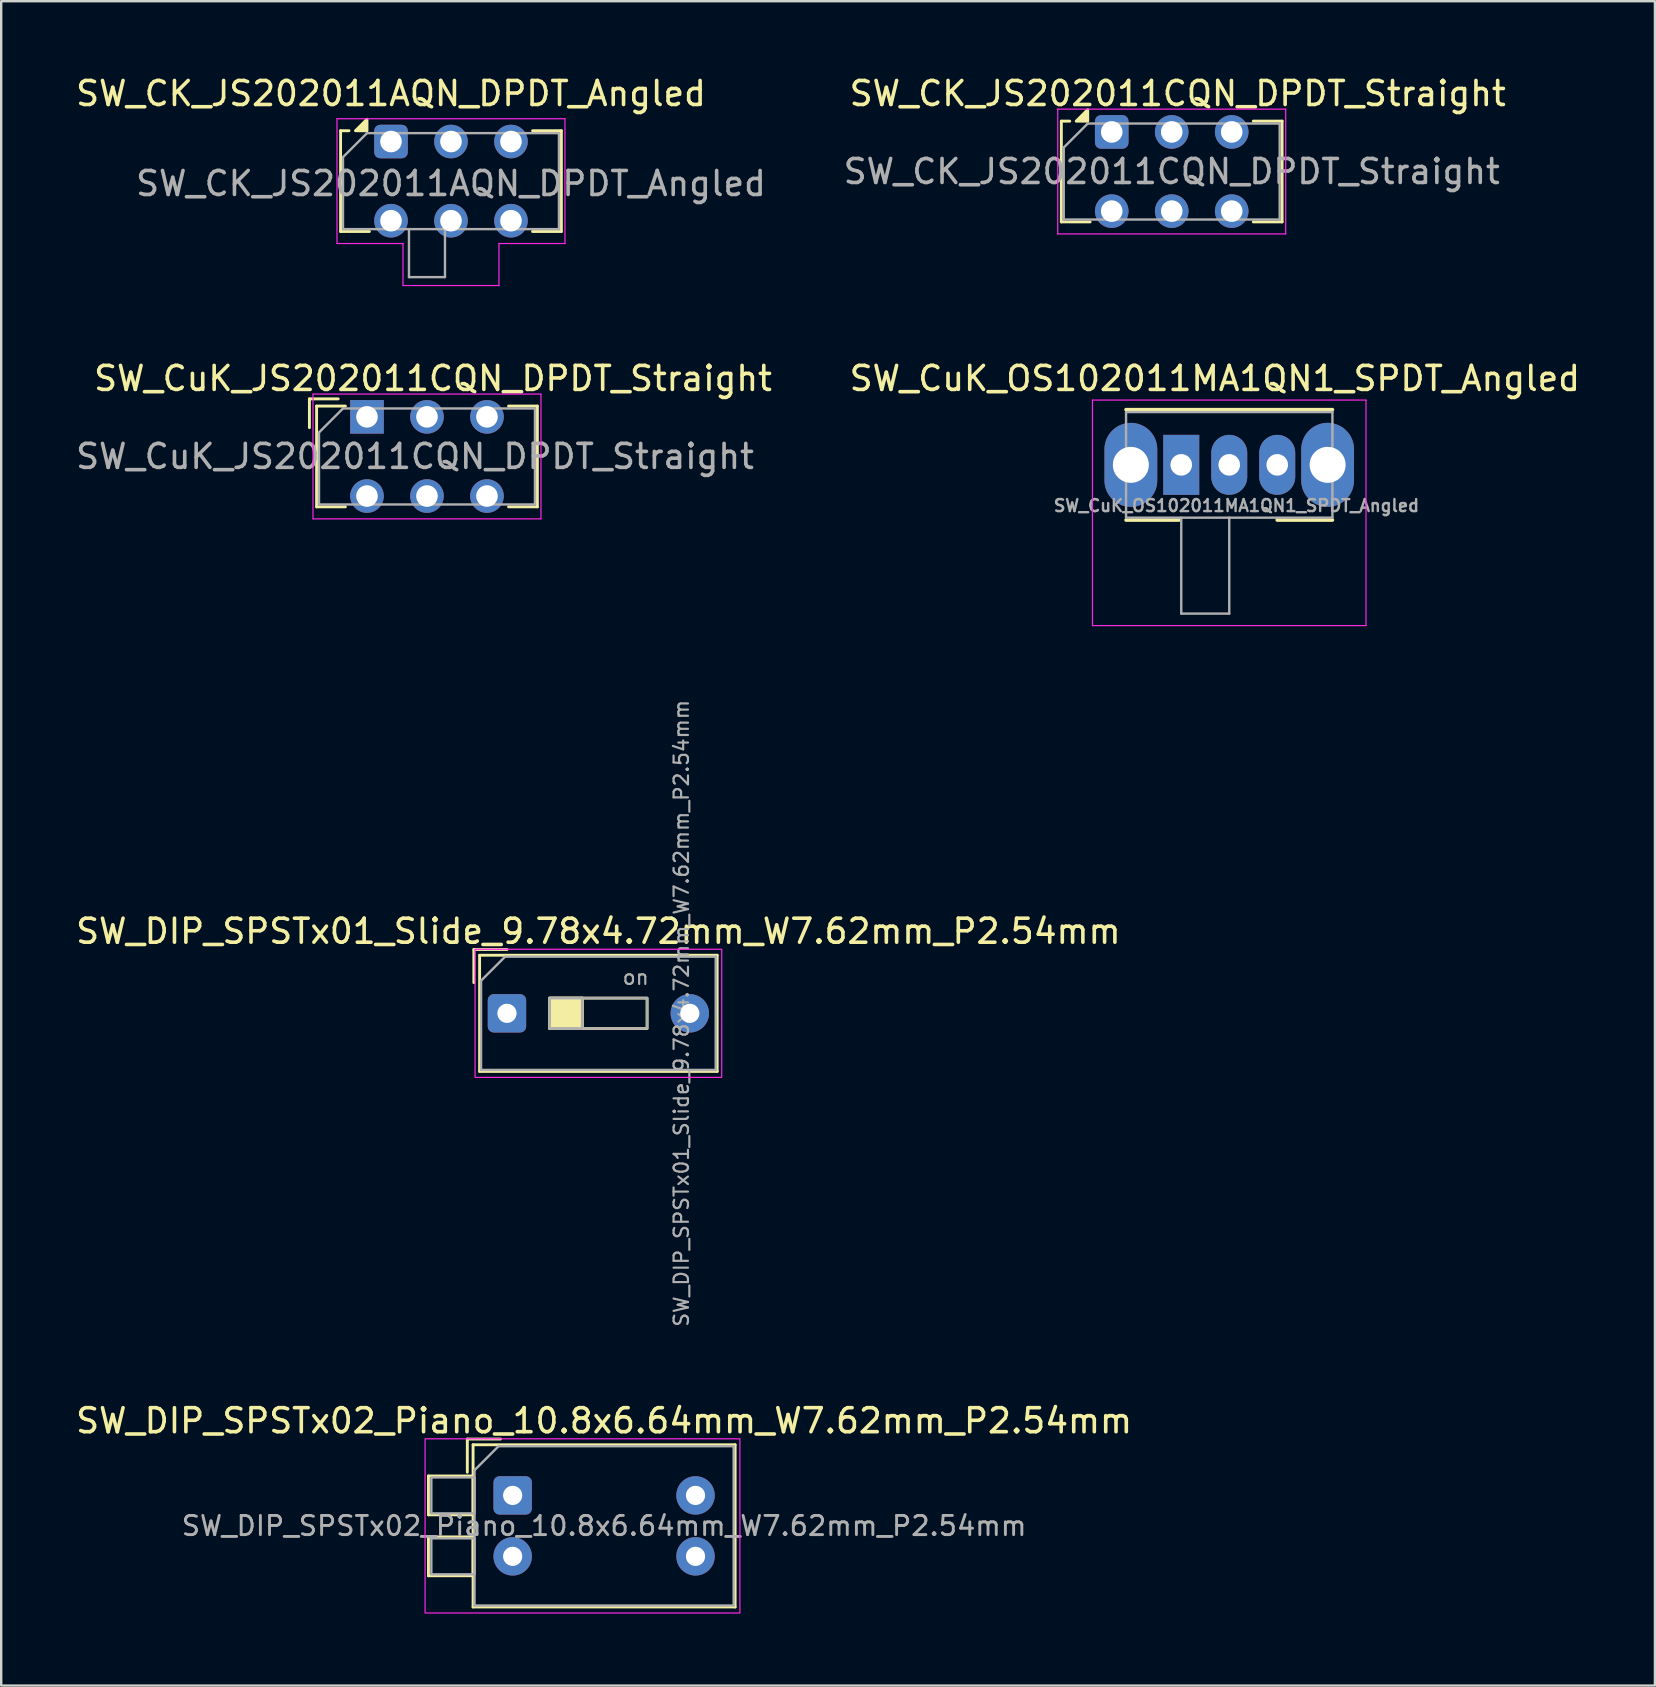
<source format=kicad_pcb>
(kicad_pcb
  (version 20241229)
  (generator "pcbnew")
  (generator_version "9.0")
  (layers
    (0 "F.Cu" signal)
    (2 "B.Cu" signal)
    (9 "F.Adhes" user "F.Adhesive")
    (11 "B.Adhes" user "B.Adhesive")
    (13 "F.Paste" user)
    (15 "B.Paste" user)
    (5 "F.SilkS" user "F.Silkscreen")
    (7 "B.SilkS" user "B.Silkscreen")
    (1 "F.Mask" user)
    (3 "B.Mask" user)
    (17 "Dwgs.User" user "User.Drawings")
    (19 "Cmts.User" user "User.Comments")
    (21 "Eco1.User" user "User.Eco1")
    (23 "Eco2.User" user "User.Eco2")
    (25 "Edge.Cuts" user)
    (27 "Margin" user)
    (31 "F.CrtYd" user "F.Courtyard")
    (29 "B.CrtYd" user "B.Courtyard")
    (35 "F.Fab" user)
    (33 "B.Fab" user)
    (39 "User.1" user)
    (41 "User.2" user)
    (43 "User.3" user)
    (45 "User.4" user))
  (footprint "SW_CK_JS202011CQN_DPDT_Straight"
    (layer "F.Cu")
    (at 43.28 2.448)
    (property "Reference" "SW_CK_JS202011CQN_DPDT_Straight" (at 2.75 -1.6 0) (layer "F.SilkS") (effects (font (size 1 1) (thickness 0.15))))
    (attr through_hole)
    (fp_line (start -2.1 -0.45) (end -2.1 3.75) (stroke (width 0.12) (type solid)) (layer "F.SilkS"))
    (fp_line (start -2.1 3.75) (end -0.9 3.75) (stroke (width 0.12) (type solid)) (layer "F.SilkS"))
    (fp_line (start -1.75 -0.45) (end -2.1 -0.45) (stroke (width 0.12) (type solid)) (layer "F.SilkS"))
    (fp_line (start 5.9 -0.45) (end 7.1 -0.45) (stroke (width 0.12) (type solid)) (layer "F.SilkS"))
    (fp_line (start 7.1 -0.45) (end 7.1 3.75) (stroke (width 0.12) (type solid)) (layer "F.SilkS"))
    (fp_line (start 7.1 3.75) (end 5.9 3.75) (stroke (width 0.12) (type solid)) (layer "F.SilkS"))
    (fp_poly (pts (xy -1 -0.45) (xy -1.48 -0.45) (xy -1 -0.93) (xy -1 -0.45)) (stroke (width 0.12) (type solid)) (fill yes) (layer "F.SilkS"))
    (fp_line (start -2.25 -0.95) (end 7.25 -0.95) (stroke (width 0.05) (type solid)) (layer "F.CrtYd"))
    (fp_line (start -2.25 4.25) (end -2.25 -0.95) (stroke (width 0.05) (type solid)) (layer "F.CrtYd"))
    (fp_line (start 7.25 -0.95) (end 7.25 4.25) (stroke (width 0.05) (type solid)) (layer "F.CrtYd"))
    (fp_line (start 7.25 4.25) (end -2.25 4.25) (stroke (width 0.05) (type solid)) (layer "F.CrtYd"))
    (fp_line (start -2 3.65) (end -2 0.65) (stroke (width 0.1) (type solid)) (layer "F.Fab"))
    (fp_line (start -1 -0.35) (end -2 0.65) (stroke (width 0.1) (type solid)) (layer "F.Fab"))
    (fp_line (start -1 -0.35) (end 7 -0.35) (stroke (width 0.1) (type solid)) (layer "F.Fab"))
    (fp_line (start 7 -0.35) (end 7 3.65) (stroke (width 0.1) (type solid)) (layer "F.Fab"))
    (fp_line (start 7 3.65) (end -2 3.65) (stroke (width 0.1) (type solid)) (layer "F.Fab"))
    (fp_text user "${REFERENCE}" (at 2.5 1.65 0) (layer "F.Fab") (effects (font (size 1 1) (thickness 0.15))))
    (pad "1" thru_hole roundrect (at 0 0) (size 1.4 1.4) (drill 0.9) (layers "*.Cu" "*.Mask") (roundrect_rratio 0.179))
    (pad "2" thru_hole circle (at 2.5 0) (size 1.4 1.4) (drill 0.9) (layers "*.Cu" "*.Mask"))
    (pad "3" thru_hole circle (at 5 0) (size 1.4 1.4) (drill 0.9) (layers "*.Cu" "*.Mask"))
    (pad "4" thru_hole circle (at 5 3.3) (size 1.4 1.4) (drill 0.9) (layers "*.Cu" "*.Mask"))
    (pad "5" thru_hole circle (at 2.5 3.3) (size 1.4 1.4) (drill 0.9) (layers "*.Cu" "*.Mask"))
    (pad "6" thru_hole circle (at 0 3.3) (size 1.4 1.4) (drill 0.9) (layers "*.Cu" "*.Mask")))
  (footprint "SW_CuK_JS202011CQN_DPDT_Straight"
    (layer "F.Cu")
    (at 12.244 14.322)
    (property "Reference" "SW_CuK_JS202011CQN_DPDT_Straight" (at 2.75 -1.6 0) (layer "F.SilkS") (effects (font (size 1 1) (thickness 0.15))))
    (attr through_hole)
    (fp_line (start -2.4 -0.75) (end -2.4 0.45) (stroke (width 0.12) (type solid)) (layer "F.SilkS"))
    (fp_line (start -2.1 -0.45) (end -2.1 3.75) (stroke (width 0.12) (type solid)) (layer "F.SilkS"))
    (fp_line (start -2.1 3.75) (end -0.9 3.75) (stroke (width 0.12) (type solid)) (layer "F.SilkS"))
    (fp_line (start -1.2 -0.75) (end -2.4 -0.75) (stroke (width 0.12) (type solid)) (layer "F.SilkS"))
    (fp_line (start -0.9 -0.45) (end -2.1 -0.45) (stroke (width 0.12) (type solid)) (layer "F.SilkS"))
    (fp_line (start 5.9 -0.45) (end 7.1 -0.45) (stroke (width 0.12) (type solid)) (layer "F.SilkS"))
    (fp_line (start 7.1 -0.45) (end 7.1 3.75) (stroke (width 0.12) (type solid)) (layer "F.SilkS"))
    (fp_line (start 7.1 3.75) (end 5.9 3.75) (stroke (width 0.12) (type solid)) (layer "F.SilkS"))
    (fp_line (start -2.25 -0.95) (end 7.25 -0.95) (stroke (width 0.05) (type solid)) (layer "F.CrtYd"))
    (fp_line (start -2.25 4.25) (end -2.25 -0.95) (stroke (width 0.05) (type solid)) (layer "F.CrtYd"))
    (fp_line (start 7.25 -0.95) (end 7.25 4.25) (stroke (width 0.05) (type solid)) (layer "F.CrtYd"))
    (fp_line (start 7.25 4.25) (end -2.25 4.25) (stroke (width 0.05) (type solid)) (layer "F.CrtYd"))
    (fp_line (start -2 3.65) (end -2 0.65) (stroke (width 0.1) (type solid)) (layer "F.Fab"))
    (fp_line (start -1 -0.35) (end -2 0.65) (stroke (width 0.1) (type solid)) (layer "F.Fab"))
    (fp_line (start -1 -0.35) (end 7 -0.35) (stroke (width 0.1) (type solid)) (layer "F.Fab"))
    (fp_line (start 7 -0.35) (end 7 3.65) (stroke (width 0.1) (type solid)) (layer "F.Fab"))
    (fp_line (start 7 3.65) (end -2 3.65) (stroke (width 0.1) (type solid)) (layer "F.Fab"))
    (fp_text user "${REFERENCE}" (at 2 1.65 0) (layer "F.Fab") (effects (font (size 1 1) (thickness 0.15))))
    (pad "1" thru_hole rect (at 0 0) (size 1.4 1.4) (drill 0.9) (layers "*.Cu" "*.Mask"))
    (pad "2" thru_hole circle (at 2.5 0) (size 1.4 1.4) (drill 0.9) (layers "*.Cu" "*.Mask"))
    (pad "3" thru_hole circle (at 5 0) (size 1.4 1.4) (drill 0.9) (layers "*.Cu" "*.Mask"))
    (pad "4" thru_hole circle (at 0 3.3) (size 1.4 1.4) (drill 0.9) (layers "*.Cu" "*.Mask"))
    (pad "5" thru_hole circle (at 2.5 3.3) (size 1.4 1.4) (drill 0.9) (layers "*.Cu" "*.Mask"))
    (pad "6" thru_hole circle (at 5 3.3) (size 1.4 1.4) (drill 0.9) (layers "*.Cu" "*.Mask")))
  (footprint "SW_DIP_SPSTx02_Piano_10.8x6.64mm_W7.62mm_P2.54mm"
    (layer "F.Cu")
    (at 18.315 59.269)
    (property "Reference" "SW_DIP_SPSTx02_Piano_10.8x6.64mm_W7.62mm_P2.54mm" (at 3.81 -3.11 0) (layer "F.SilkS") (effects (font (size 1 1) (thickness 0.15))))
    (attr through_hole)
    (fp_line (start -3.51 -0.81) (end -3.51 0.81) (stroke (width 0.12) (type solid)) (layer "F.SilkS"))
    (fp_line (start -3.51 -0.81) (end -1.65 -0.81) (stroke (width 0.12) (type solid)) (layer "F.SilkS"))
    (fp_line (start -3.51 0.81) (end -1.65 0.81) (stroke (width 0.12) (type solid)) (layer "F.SilkS"))
    (fp_line (start -3.51 1.73) (end -3.51 3.35) (stroke (width 0.12) (type solid)) (layer "F.SilkS"))
    (fp_line (start -3.51 1.73) (end -1.65 1.73) (stroke (width 0.12) (type solid)) (layer "F.SilkS"))
    (fp_line (start -3.51 3.35) (end -1.65 3.35) (stroke (width 0.12) (type solid)) (layer "F.SilkS"))
    (fp_line (start -1.89 -2.35) (end -1.89 -0.967) (stroke (width 0.12) (type solid)) (layer "F.SilkS"))
    (fp_line (start -1.89 -2.35) (end -0.507 -2.35) (stroke (width 0.12) (type solid)) (layer "F.SilkS"))
    (fp_line (start -1.65 -2.11) (end -1.65 4.65) (stroke (width 0.12) (type solid)) (layer "F.SilkS"))
    (fp_line (start -1.65 -2.11) (end 9.27 -2.11) (stroke (width 0.12) (type solid)) (layer "F.SilkS"))
    (fp_line (start -1.65 -0.81) (end -1.65 0.81) (stroke (width 0.12) (type solid)) (layer "F.SilkS"))
    (fp_line (start -1.65 1.73) (end -1.65 3.35) (stroke (width 0.12) (type solid)) (layer "F.SilkS"))
    (fp_line (start -1.65 4.65) (end 9.27 4.65) (stroke (width 0.12) (type solid)) (layer "F.SilkS"))
    (fp_line (start 9.27 -2.11) (end 9.27 4.65) (stroke (width 0.12) (type solid)) (layer "F.SilkS"))
    (fp_rect (start -3.65 -2.36) (end 9.47 4.9) (stroke (width 0.05) (type solid)) (fill no) (layer "F.CrtYd"))
    (fp_line (start -1.59 -1.05) (end -0.59 -2.05) (stroke (width 0.1) (type solid)) (layer "F.Fab"))
    (fp_line (start -1.59 4.59) (end -1.59 -1.05) (stroke (width 0.1) (type solid)) (layer "F.Fab"))
    (fp_line (start -0.59 -2.05) (end 9.21 -2.05) (stroke (width 0.1) (type solid)) (layer "F.Fab"))
    (fp_line (start 9.21 -2.05) (end 9.21 4.59) (stroke (width 0.1) (type solid)) (layer "F.Fab"))
    (fp_line (start 9.21 4.59) (end -1.59 4.59) (stroke (width 0.1) (type solid)) (layer "F.Fab"))
    (fp_rect (start -1.59 -0.75) (end -3.39 0.75) (stroke (width 0.1) (type solid)) (fill no) (layer "F.Fab"))
    (fp_rect (start -1.59 1.79) (end -3.39 3.29) (stroke (width 0.1) (type solid)) (fill no) (layer "F.Fab"))
    (fp_text user "${REFERENCE}" (at 3.81 1.27 0) (layer "F.Fab") (effects (font (size 0.8 0.8) (thickness 0.12))))
    (pad "1" thru_hole roundrect (at 0 0) (size 1.6 1.6) (drill 0.8) (layers "*.Cu" "*.Mask") (roundrect_rratio 0.156))
    (pad "2" thru_hole circle (at 0 2.54) (size 1.6 1.6) (drill 0.8) (layers "*.Cu" "*.Mask"))
    (pad "3" thru_hole circle (at 7.62 2.54) (size 1.6 1.6) (drill 0.8) (layers "*.Cu" "*.Mask"))
    (pad "4" thru_hole circle (at 7.62 0) (size 1.6 1.6) (drill 0.8) (layers "*.Cu" "*.Mask")))
  (footprint "SW_DIP_SPSTx01_Slide_9.78x4.72mm_W7.62mm_P2.54mm"
    (layer "F.Cu")
    (at 18.077 39.179)
    (property "Reference" "SW_DIP_SPSTx01_Slide_9.78x4.72mm_W7.62mm_P2.54mm" (at 3.81 -3.42 0) (layer "F.SilkS") (effects (font (size 1 1) (thickness 0.15))))
    (attr through_hole)
    (fp_line (start -1.38 -2.66) (end -1.38 -1.277) (stroke (width 0.12) (type solid)) (layer "F.SilkS"))
    (fp_line (start -1.38 -2.66) (end 0.003 -2.66) (stroke (width 0.12) (type solid)) (layer "F.SilkS"))
    (fp_line (start -1.14 -2.42) (end -1.14 2.42) (stroke (width 0.12) (type solid)) (layer "F.SilkS"))
    (fp_line (start -1.14 -2.42) (end 8.76 -2.42) (stroke (width 0.12) (type solid)) (layer "F.SilkS"))
    (fp_line (start -1.14 2.42) (end 8.76 2.42) (stroke (width 0.12) (type solid)) (layer "F.SilkS"))
    (fp_line (start 3.133 -0.635) (end 3.133 0.635) (stroke (width 0.12) (type solid)) (layer "F.SilkS"))
    (fp_line (start 8.76 -2.42) (end 8.76 2.42) (stroke (width 0.12) (type solid)) (layer "F.SilkS"))
    (fp_rect (start 1.78 -0.635) (end 3.133 0.635) (stroke (width 0.12) (type solid)) (fill yes) (layer "F.SilkS"))
    (fp_rect (start 1.78 -0.635) (end 5.84 0.635) (stroke (width 0.12) (type solid)) (fill no) (layer "F.SilkS"))
    (fp_rect (start -1.33 -2.67) (end 8.95 2.67) (stroke (width 0.05) (type solid)) (fill no) (layer "F.CrtYd"))
    (fp_line (start -1.08 -1.36) (end -0.08 -2.36) (stroke (width 0.1) (type solid)) (layer "F.Fab"))
    (fp_line (start -1.08 2.36) (end -1.08 -1.36) (stroke (width 0.1) (type solid)) (layer "F.Fab"))
    (fp_line (start -0.08 -2.36) (end 8.7 -2.36) (stroke (width 0.1) (type solid)) (layer "F.Fab"))
    (fp_line (start 3.133 -0.635) (end 3.133 0.635) (stroke (width 0.1) (type solid)) (layer "F.Fab"))
    (fp_line (start 8.7 -2.36) (end 8.7 2.36) (stroke (width 0.1) (type solid)) (layer "F.Fab"))
    (fp_line (start 8.7 2.36) (end -1.08 2.36) (stroke (width 0.1) (type solid)) (layer "F.Fab"))
    (fp_rect (start 1.78 -0.635) (end 3.133 0.635) (stroke (width 0.1) (type solid)) (fill no) (layer "F.Fab"))
    (fp_rect (start 1.78 -0.635) (end 5.84 0.635) (stroke (width 0.1) (type solid)) (fill no) (layer "F.Fab"))
    (fp_text user "on" (at 5.365 -1.498 0) (layer "F.Fab") (effects (font (size 0.6 0.6) (thickness 0.09))))
    (fp_text user "${REFERENCE}" (at 7.27 0 90) (layer "F.Fab") (effects (font (size 0.6 0.6) (thickness 0.09))))
    (pad "1" thru_hole roundrect (at 0 0) (size 1.6 1.6) (drill 0.8) (layers "*.Cu" "*.Mask") (roundrect_rratio 0.156))
    (pad "2" thru_hole circle (at 7.62 0) (size 1.6 1.6) (drill 0.8) (layers "*.Cu" "*.Mask")))
  (footprint "SW_CK_JS202011AQN_DPDT_Angled"
    (layer "F.Cu")
    (at 13.244 2.848)
    (property "Reference" "SW_CK_JS202011AQN_DPDT_Angled" (at 0 -2 0) (layer "F.SilkS") (effects (font (size 1 1) (thickness 0.15))))
    (attr through_hole)
    (fp_line (start -2.1 -0.45) (end -2.1 3.75) (stroke (width 0.12) (type solid)) (layer "F.SilkS"))
    (fp_line (start -2.1 3.75) (end -0.9 3.75) (stroke (width 0.12) (type solid)) (layer "F.SilkS"))
    (fp_line (start -1.75 -0.45) (end -2.1 -0.45) (stroke (width 0.12) (type solid)) (layer "F.SilkS"))
    (fp_line (start 5.9 -0.45) (end 7.1 -0.45) (stroke (width 0.12) (type solid)) (layer "F.SilkS"))
    (fp_line (start 7.1 -0.45) (end 7.1 3.75) (stroke (width 0.12) (type solid)) (layer "F.SilkS"))
    (fp_line (start 7.1 3.75) (end 5.9 3.75) (stroke (width 0.12) (type solid)) (layer "F.SilkS"))
    (fp_poly (pts (xy -1 -0.45) (xy -1.48 -0.45) (xy -1 -0.93) (xy -1 -0.45)) (stroke (width 0.12) (type solid)) (fill yes) (layer "F.SilkS"))
    (fp_line (start -2.25 -0.95) (end 7.25 -0.95) (stroke (width 0.05) (type solid)) (layer "F.CrtYd"))
    (fp_line (start -2.25 4.25) (end -2.25 -0.95) (stroke (width 0.05) (type solid)) (layer "F.CrtYd"))
    (fp_line (start 0.5 4.25) (end -2.25 4.25) (stroke (width 0.05) (type solid)) (layer "F.CrtYd"))
    (fp_line (start 0.5 4.25) (end 0.5 6) (stroke (width 0.05) (type solid)) (layer "F.CrtYd"))
    (fp_line (start 4.5 6) (end 0.5 6) (stroke (width 0.05) (type solid)) (layer "F.CrtYd"))
    (fp_line (start 4.5 6) (end 4.5 4.25) (stroke (width 0.05) (type solid)) (layer "F.CrtYd"))
    (fp_line (start 7.25 -0.95) (end 7.25 4.25) (stroke (width 0.05) (type solid)) (layer "F.CrtYd"))
    (fp_line (start 7.25 4.25) (end 4.5 4.25) (stroke (width 0.05) (type solid)) (layer "F.CrtYd"))
    (fp_line (start -2 3.65) (end -2 0.65) (stroke (width 0.1) (type solid)) (layer "F.Fab"))
    (fp_line (start -1 -0.35) (end -2 0.65) (stroke (width 0.1) (type solid)) (layer "F.Fab"))
    (fp_line (start -1 -0.35) (end 7 -0.35) (stroke (width 0.1) (type solid)) (layer "F.Fab"))
    (fp_line (start 0.75 3.65) (end 0.75 5.65) (stroke (width 0.1) (type solid)) (layer "F.Fab"))
    (fp_line (start 0.75 5.65) (end 2.25 5.65) (stroke (width 0.1) (type solid)) (layer "F.Fab"))
    (fp_line (start 2.25 5.65) (end 2.25 3.65) (stroke (width 0.1) (type solid)) (layer "F.Fab"))
    (fp_line (start 7 -0.35) (end 7 3.65) (stroke (width 0.1) (type solid)) (layer "F.Fab"))
    (fp_line (start 7 3.65) (end -2 3.65) (stroke (width 0.1) (type solid)) (layer "F.Fab"))
    (fp_text user "${REFERENCE}" (at 2.5 1.75 0) (layer "F.Fab") (effects (font (size 1 1) (thickness 0.15))))
    (pad "1" thru_hole roundrect (at 0 0) (size 1.4 1.4) (drill 0.9) (layers "*.Cu" "*.Mask") (roundrect_rratio 0.179))
    (pad "2" thru_hole circle (at 2.5 0) (size 1.4 1.4) (drill 0.9) (layers "*.Cu" "*.Mask"))
    (pad "3" thru_hole circle (at 5 0) (size 1.4 1.4) (drill 0.9) (layers "*.Cu" "*.Mask"))
    (pad "4" thru_hole circle (at 5 3.3) (size 1.4 1.4) (drill 0.9) (layers "*.Cu" "*.Mask"))
    (pad "5" thru_hole circle (at 2.5 3.3) (size 1.4 1.4) (drill 0.9) (layers "*.Cu" "*.Mask"))
    (pad "6" thru_hole circle (at 0 3.3) (size 1.4 1.4) (drill 0.9) (layers "*.Cu" "*.Mask")))
  (footprint "SW_CuK_OS102011MA1QN1_SPDT_Angled"
    (layer "F.Cu")
    (at 46.177 16.322)
    (property "Reference" "SW_CuK_OS102011MA1QN1_SPDT_Angled" (at 1.4 -3.6 0) (layer "F.SilkS") (effects (font (size 1 1) (thickness 0.15))))
    (attr through_hole)
    (fp_line (start -2.3 -2.3) (end 6.3 -2.3) (stroke (width 0.15) (type solid)) (layer "F.SilkS"))
    (fp_line (start -2.3 2.3) (end -0.1 2.3) (stroke (width 0.15) (type solid)) (layer "F.SilkS"))
    (fp_line (start 4 2.3) (end 6.3 2.3) (stroke (width 0.15) (type solid)) (layer "F.SilkS"))
    (fp_line (start -3.7 -2.7) (end 7.7 -2.7) (stroke (width 0.05) (type solid)) (layer "F.CrtYd"))
    (fp_line (start -3.7 6.7) (end -3.7 -2.7) (stroke (width 0.05) (type solid)) (layer "F.CrtYd"))
    (fp_line (start 7.7 -2.7) (end 7.7 6.7) (stroke (width 0.05) (type solid)) (layer "F.CrtYd"))
    (fp_line (start 7.7 6.7) (end -3.7 6.7) (stroke (width 0.05) (type solid)) (layer "F.CrtYd"))
    (fp_line (start -2.3 -2.2) (end -2.3 2.2) (stroke (width 0.1) (type solid)) (layer "F.Fab"))
    (fp_line (start -2.3 -2.2) (end 6.3 -2.2) (stroke (width 0.1) (type solid)) (layer "F.Fab"))
    (fp_line (start -2.3 2.2) (end 6.3 2.2) (stroke (width 0.1) (type solid)) (layer "F.Fab"))
    (fp_line (start 0 6.2) (end 0 2.2) (stroke (width 0.1) (type solid)) (layer "F.Fab"))
    (fp_line (start 2 2.2) (end 2 6.2) (stroke (width 0.1) (type solid)) (layer "F.Fab"))
    (fp_line (start 2 6.2) (end 0 6.2) (stroke (width 0.1) (type solid)) (layer "F.Fab"))
    (fp_line (start 6.3 2.2) (end 6.3 -2.2) (stroke (width 0.1) (type solid)) (layer "F.Fab"))
    (fp_text user "${REFERENCE}" (at 2.3 1.7 0) (layer "F.Fab") (effects (font (size 0.5 0.5) (thickness 0.1))))
    (pad "" thru_hole oval (at -2.1 0) (size 2.2 3.5) (drill 1.5) (layers "*.Cu" "*.Mask"))
    (pad "" thru_hole oval (at 6.1 0) (size 2.2 3.5) (drill 1.5) (layers "*.Cu" "*.Mask"))
    (pad "1" thru_hole rect (at 0 0) (size 1.5 2.5) (drill 0.9) (layers "*.Cu" "*.Mask"))
    (pad "2" thru_hole oval (at 2 0) (size 1.5 2.5) (drill 0.9) (layers "*.Cu" "*.Mask"))
    (pad "3" thru_hole oval (at 4 0) (size 1.5 2.5) (drill 0.9) (layers "*.Cu" "*.Mask")))
  (gr_rect
    (start -3 -3)
    (end 65.917 67.194)
    (stroke (width 0.1) (type default))
    (fill no)
    (layer "Edge.Cuts")))
</source>
